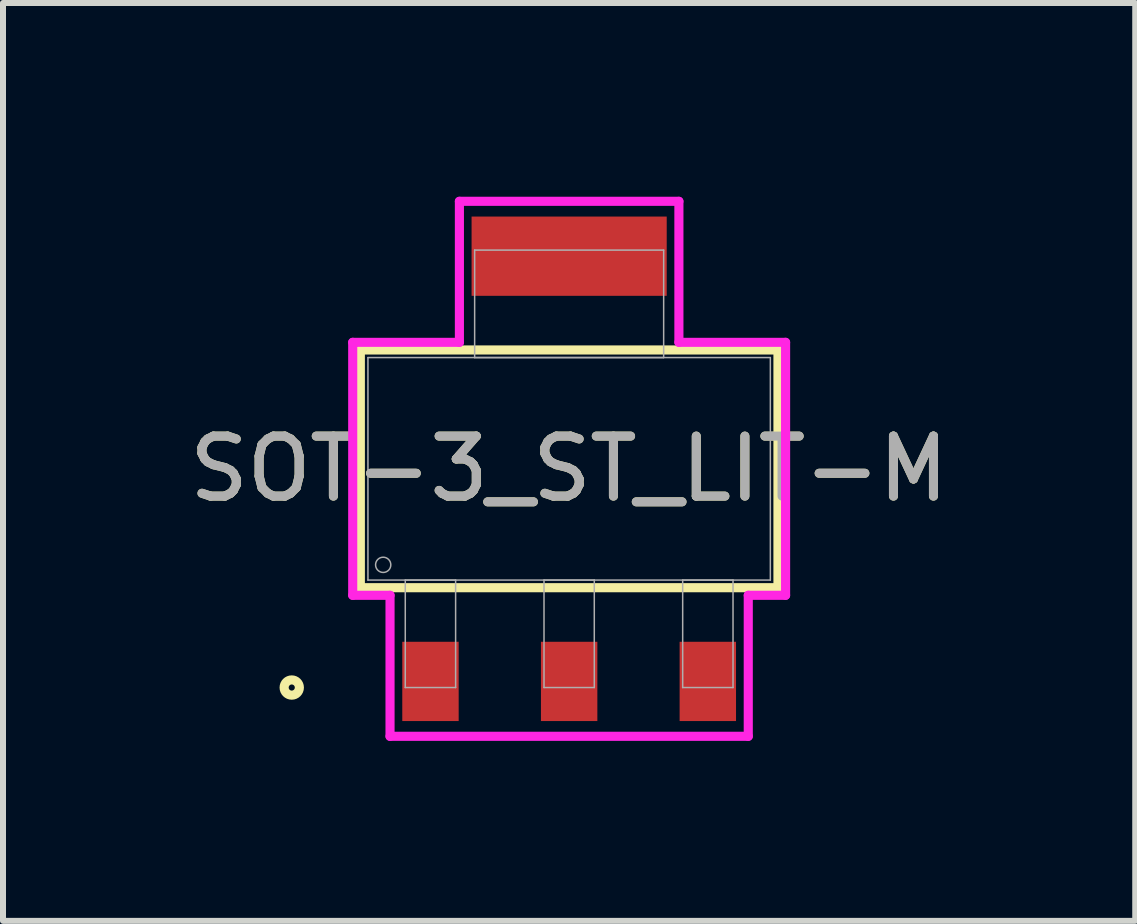
<source format=kicad_pcb>
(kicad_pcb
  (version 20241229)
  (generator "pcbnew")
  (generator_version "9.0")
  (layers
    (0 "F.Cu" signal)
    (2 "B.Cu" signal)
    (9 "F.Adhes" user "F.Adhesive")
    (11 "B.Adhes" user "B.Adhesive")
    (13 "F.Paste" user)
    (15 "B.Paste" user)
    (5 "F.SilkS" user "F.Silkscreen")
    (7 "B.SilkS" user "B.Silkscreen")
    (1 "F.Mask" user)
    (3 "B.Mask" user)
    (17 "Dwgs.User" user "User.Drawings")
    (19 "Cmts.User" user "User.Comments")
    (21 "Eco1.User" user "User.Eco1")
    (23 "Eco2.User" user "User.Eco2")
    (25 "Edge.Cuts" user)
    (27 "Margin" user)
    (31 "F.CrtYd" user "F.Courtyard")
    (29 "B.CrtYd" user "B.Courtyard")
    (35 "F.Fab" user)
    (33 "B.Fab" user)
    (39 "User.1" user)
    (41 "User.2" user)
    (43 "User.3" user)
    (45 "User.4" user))
  (footprint "SOT-3_ST_LIT-M"
    (layer "F.Cu")
    (at 6.435 4.763)
    (property "Reference" "SOT-3_ST_LIT-M" (at 0 0 0) (unlocked yes) (layer "F.SilkS") (effects (font (size 1 1) (thickness 0.15))))
    (attr smd)
    (fp_poly (pts (xy 1.626 -4.204) (xy -1.626 -4.204) (xy -1.626 -2.883) (xy 1.626 -2.883)) (stroke (width 0) (type solid)) (fill yes) (layer "F.Cu"))
    (fp_poly (pts (xy 1.676 -4.763) (xy -1.676 -4.763) (xy -1.676 -2.426) (xy 1.676 -2.426)) (stroke (width 0) (type solid)) (fill yes) (layer "F.Mask"))
    (fp_line (start -3.48 -1.981) (end -3.48 1.981) (stroke (width 0.152) (type solid)) (layer "F.SilkS"))
    (fp_line (start -3.48 1.981) (end 3.48 1.981) (stroke (width 0.152) (type solid)) (layer "F.SilkS"))
    (fp_line (start 3.48 -1.981) (end -3.48 -1.981) (stroke (width 0.152) (type solid)) (layer "F.SilkS"))
    (fp_line (start 3.48 1.981) (end 3.48 -1.981) (stroke (width 0.152) (type solid)) (layer "F.SilkS"))
    (fp_circle (center -4.623 3.645) (end -4.496 3.645) (stroke (width 0.152) (type solid)) (fill no) (layer "F.SilkS"))
    (fp_poly (pts (xy 1.626 -4.204) (xy -1.626 -4.204) (xy -1.626 -2.883) (xy 1.626 -2.883)) (stroke (width 0) (type solid)) (fill yes) (layer "F.Paste"))
    (fp_line (start -3.607 -2.108) (end -1.829 -2.108) (stroke (width 0.152) (type solid)) (layer "F.CrtYd"))
    (fp_line (start -3.607 2.108) (end -3.607 -2.108) (stroke (width 0.152) (type solid)) (layer "F.CrtYd"))
    (fp_line (start -2.985 2.108) (end -3.607 2.108) (stroke (width 0.152) (type solid)) (layer "F.CrtYd"))
    (fp_line (start -2.985 4.458) (end -2.985 2.108) (stroke (width 0.152) (type solid)) (layer "F.CrtYd"))
    (fp_line (start -1.829 -4.458) (end 1.829 -4.458) (stroke (width 0.152) (type solid)) (layer "F.CrtYd"))
    (fp_line (start -1.829 -2.108) (end -1.829 -4.458) (stroke (width 0.152) (type solid)) (layer "F.CrtYd"))
    (fp_line (start 1.829 -4.458) (end 1.829 -2.108) (stroke (width 0.152) (type solid)) (layer "F.CrtYd"))
    (fp_line (start 1.829 -2.108) (end 3.607 -2.108) (stroke (width 0.152) (type solid)) (layer "F.CrtYd"))
    (fp_line (start 2.985 2.108) (end 2.985 4.458) (stroke (width 0.152) (type solid)) (layer "F.CrtYd"))
    (fp_line (start 2.985 4.458) (end -2.985 4.458) (stroke (width 0.152) (type solid)) (layer "F.CrtYd"))
    (fp_line (start 3.607 -2.108) (end 3.607 2.108) (stroke (width 0.152) (type solid)) (layer "F.CrtYd"))
    (fp_line (start 3.607 2.108) (end 2.985 2.108) (stroke (width 0.152) (type solid)) (layer "F.CrtYd"))
    (fp_line (start -3.353 -1.854) (end -3.353 1.854) (stroke (width 0.025) (type solid)) (layer "F.Fab"))
    (fp_line (start -3.353 1.854) (end 3.353 1.854) (stroke (width 0.025) (type solid)) (layer "F.Fab"))
    (fp_line (start -2.731 1.854) (end -2.731 3.645) (stroke (width 0.025) (type solid)) (layer "F.Fab"))
    (fp_line (start -2.731 3.645) (end -1.892 3.645) (stroke (width 0.025) (type solid)) (layer "F.Fab"))
    (fp_line (start -1.892 1.854) (end -2.731 1.854) (stroke (width 0.025) (type solid)) (layer "F.Fab"))
    (fp_line (start -1.892 3.645) (end -1.892 1.854) (stroke (width 0.025) (type solid)) (layer "F.Fab"))
    (fp_line (start -1.575 -3.645) (end -1.575 -1.854) (stroke (width 0.025) (type solid)) (layer "F.Fab"))
    (fp_line (start -1.575 -1.854) (end 1.575 -1.854) (stroke (width 0.025) (type solid)) (layer "F.Fab"))
    (fp_line (start -0.419 1.854) (end -0.419 3.645) (stroke (width 0.025) (type solid)) (layer "F.Fab"))
    (fp_line (start -0.419 3.645) (end 0.419 3.645) (stroke (width 0.025) (type solid)) (layer "F.Fab"))
    (fp_line (start 0.419 1.854) (end -0.419 1.854) (stroke (width 0.025) (type solid)) (layer "F.Fab"))
    (fp_line (start 0.419 3.645) (end 0.419 1.854) (stroke (width 0.025) (type solid)) (layer "F.Fab"))
    (fp_line (start 1.575 -3.645) (end -1.575 -3.645) (stroke (width 0.025) (type solid)) (layer "F.Fab"))
    (fp_line (start 1.575 -1.854) (end 1.575 -3.645) (stroke (width 0.025) (type solid)) (layer "F.Fab"))
    (fp_line (start 1.892 1.854) (end 1.892 3.645) (stroke (width 0.025) (type solid)) (layer "F.Fab"))
    (fp_line (start 1.892 3.645) (end 2.731 3.645) (stroke (width 0.025) (type solid)) (layer "F.Fab"))
    (fp_line (start 2.731 1.854) (end 1.892 1.854) (stroke (width 0.025) (type solid)) (layer "F.Fab"))
    (fp_line (start 2.731 3.645) (end 2.731 1.854) (stroke (width 0.025) (type solid)) (layer "F.Fab"))
    (fp_line (start 3.353 -1.854) (end -3.353 -1.854) (stroke (width 0.025) (type solid)) (layer "F.Fab"))
    (fp_line (start 3.353 1.854) (end 3.353 -1.854) (stroke (width 0.025) (type solid)) (layer "F.Fab"))
    (fp_circle (center -3.099 1.6) (end -2.972 1.6) (stroke (width 0.025) (type solid)) (fill no) (layer "F.Fab"))
    (fp_text user "${REFERENCE}" (at 0 0 0) (unlocked yes) (layer "F.Fab") (effects (font (size 1 1) (thickness 0.15))))
    (pad "1" smd rect (at -2.311 3.543) (size 0.94 1.321) (layers "F.Cu" "F.Mask" "F.Paste"))
    (pad "2" smd rect (at 0 3.543) (size 0.94 1.321) (layers "F.Cu" "F.Mask" "F.Paste"))
    (pad "3" smd rect (at 2.311 3.543) (size 0.94 1.321) (layers "F.Cu" "F.Mask" "F.Paste")))
  (gr_rect
    (start -3 -3)
    (end 15.869 12.296)
    (stroke (width 0.1) (type default))
    (fill no)
    (layer "Edge.Cuts")))
</source>
